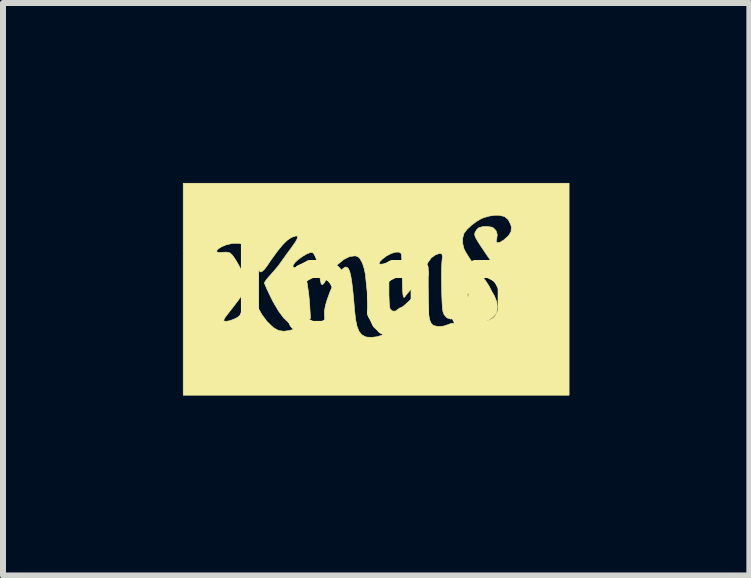
<source format=kicad_pcb>
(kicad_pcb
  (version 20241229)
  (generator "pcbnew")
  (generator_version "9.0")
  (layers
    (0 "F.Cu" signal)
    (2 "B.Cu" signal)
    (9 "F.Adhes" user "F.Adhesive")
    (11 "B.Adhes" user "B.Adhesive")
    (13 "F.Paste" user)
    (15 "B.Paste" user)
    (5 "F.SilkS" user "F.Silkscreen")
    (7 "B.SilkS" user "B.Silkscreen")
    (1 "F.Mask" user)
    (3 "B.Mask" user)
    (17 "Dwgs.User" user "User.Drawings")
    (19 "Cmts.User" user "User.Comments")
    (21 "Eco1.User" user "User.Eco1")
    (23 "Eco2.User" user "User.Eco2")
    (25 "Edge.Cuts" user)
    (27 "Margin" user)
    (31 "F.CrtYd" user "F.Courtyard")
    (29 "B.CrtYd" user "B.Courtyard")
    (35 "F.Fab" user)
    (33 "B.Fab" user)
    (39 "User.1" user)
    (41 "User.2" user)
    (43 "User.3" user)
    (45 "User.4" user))
  (footprint "logo"
    (layer "F.Cu")
    (at 3.222 1.762)
    (property "Reference" "logo" (at 0 0 0) (layer "F.SilkS") (effects (font (size 1.524 1.524) (thickness 0.3))))
    (attr through_hole)
    (fp_poly (pts (xy 3.217 1.778) (xy -3.217 1.778) (xy -3.217 -0.634) (xy -2.658 -0.634) (xy -2.655 -0.611) (xy -2.62 -0.601) (xy -2.563 -0.605) (xy -2.496 -0.608) (xy -2.442 -0.596) (xy -2.438 -0.595) (xy -2.401 -0.561) (xy -2.356 -0.5) (xy -2.307 -0.419) (xy -2.258 -0.328) (xy -2.214 -0.234) (xy -2.178 -0.147) (xy -2.155 -0.075) (xy -2.148 -0.026) (xy -2.152 -0.015) (xy -2.185 0.035) (xy -2.237 0.109) (xy -2.299 0.195) (xy -2.365 0.282) (xy -2.426 0.361) (xy -2.47 0.417) (xy -2.518 0.48) (xy -2.541 0.523) (xy -2.539 0.54) (xy -2.499 0.546) (xy -2.439 0.535) (xy -2.373 0.511) (xy -2.314 0.481) (xy -2.274 0.45) (xy -2.265 0.43) (xy -2.253 0.403) (xy -2.223 0.355) (xy -2.183 0.296) (xy -2.138 0.236) (xy -2.098 0.185) (xy -2.069 0.153) (xy -2.061 0.148) (xy -2.049 0.166) (xy -2.024 0.213) (xy -1.99 0.281) (xy -1.974 0.312) (xy -1.906 0.433) (xy -1.826 0.541) (xy -1.788 0.584) (xy -1.705 0.657) (xy -1.626 0.699) (xy -1.541 0.712) (xy -1.439 0.698) (xy -1.335 0.667) (xy -1.254 0.637) (xy -1.186 0.607) (xy -1.143 0.582) (xy -1.139 0.579) (xy -1.112 0.558) (xy -1.102 0.568) (xy -1.101 0.608) (xy -1.092 0.672) (xy -1.066 0.7) (xy -1.02 0.691) (xy -0.953 0.646) (xy -0.947 0.642) (xy -0.893 0.596) (xy -0.865 0.562) (xy -0.857 0.524) (xy -0.86 0.467) (xy -0.861 0.456) (xy -0.862 0.374) (xy -0.846 0.283) (xy -0.819 0.191) (xy -0.769 0.053) (xy -0.714 -0.074) (xy -0.658 -0.184) (xy -0.604 -0.272) (xy -0.556 -0.332) (xy -0.515 -0.359) (xy -0.509 -0.36) (xy -0.483 -0.353) (xy -0.461 -0.33) (xy -0.442 -0.287) (xy -0.425 -0.221) (xy -0.409 -0.128) (xy -0.393 -0.003) (xy -0.377 0.156) (xy -0.36 0.354) (xy -0.36 0.36) (xy -0.343 0.514) (xy -0.319 0.63) (xy -0.285 0.714) (xy -0.241 0.769) (xy -0.182 0.802) (xy -0.148 0.81) (xy -0.07 0.813) (xy 0.018 0.802) (xy 0.092 0.779) (xy 0.095 0.778) (xy 0.158 0.738) (xy 0.2 0.694) (xy 0.212 0.664) (xy 0.204 0.647) (xy 0.173 0.654) (xy 0.158 0.66) (xy 0.09 0.67) (xy 0.02 0.646) (xy -0.042 0.593) (xy -0.078 0.534) (xy -0.092 0.483) (xy -0.108 0.401) (xy -0.124 0.298) (xy -0.137 0.185) (xy -0.139 0.169) (xy -0.15 0.052) (xy -0.162 -0.062) (xy -0.172 -0.16) (xy -0.179 -0.229) (xy -0.179 -0.233) (xy -0.196 -0.321) (xy -0.224 -0.411) (xy -0.226 -0.414) (xy 0.047 -0.414) (xy 0.075 -0.406) (xy 0.114 -0.411) (xy 0.166 -0.416) (xy 0.193 -0.401) (xy 0.2 -0.387) (xy 0.205 -0.353) (xy 0.209 -0.286) (xy 0.212 -0.193) (xy 0.213 -0.083) (xy 0.213 -0.026) (xy 0.213 0.102) (xy 0.217 0.209) (xy 0.223 0.289) (xy 0.231 0.335) (xy 0.233 0.339) (xy 0.272 0.375) (xy 0.321 0.376) (xy 0.36 0.349) (xy 0.395 0.322) (xy 0.414 0.318) (xy 0.441 0.303) (xy 0.49 0.263) (xy 0.553 0.204) (xy 0.622 0.134) (xy 0.693 0.059) (xy 0.756 -0.015) (xy 0.759 -0.019) (xy 0.802 -0.067) (xy 0.835 -0.099) (xy 0.847 -0.106) (xy 0.853 -0.086) (xy 0.859 -0.032) (xy 0.863 0.05) (xy 0.865 0.15) (xy 0.865 0.173) (xy 0.869 0.326) (xy 0.878 0.441) (xy 0.893 0.524) (xy 0.917 0.579) (xy 0.948 0.611) (xy 0.953 0.614) (xy 1.028 0.633) (xy 1.122 0.626) (xy 1.193 0.603) (xy 1.254 0.58) (xy 1.29 0.576) (xy 1.315 0.595) (xy 1.34 0.633) (xy 1.391 0.687) (xy 1.473 0.726) (xy 1.566 0.747) (xy 1.609 0.755) (xy 1.627 0.759) (xy 1.651 0.756) (xy 1.7 0.744) (xy 1.723 0.737) (xy 1.819 0.695) (xy 1.927 0.622) (xy 2.036 0.527) (xy 2.14 0.416) (xy 2.189 0.352) (xy 2.231 0.277) (xy 2.248 0.194) (xy 2.239 0.101) (xy 2.202 -0.007) (xy 2.136 -0.133) (xy 2.041 -0.281) (xy 1.978 -0.371) (xy 1.916 -0.458) (xy 1.844 -0.562) (xy 1.774 -0.666) (xy 1.75 -0.701) (xy 1.695 -0.786) (xy 1.661 -0.845) (xy 1.645 -0.886) (xy 1.644 -0.917) (xy 1.65 -0.938) (xy 1.68 -0.988) (xy 1.712 -1.015) (xy 1.776 -1.033) (xy 1.856 -1.036) (xy 1.928 -1.024) (xy 1.95 -1.015) (xy 1.998 -0.968) (xy 2.019 -0.901) (xy 2.012 -0.839) (xy 2.001 -0.786) (xy 2.019 -0.763) (xy 2.061 -0.77) (xy 2.125 -0.808) (xy 2.129 -0.811) (xy 2.208 -0.882) (xy 2.249 -0.95) (xy 2.255 -1.024) (xy 2.244 -1.067) (xy 2.202 -1.151) (xy 2.14 -1.202) (xy 2.051 -1.223) (xy 1.979 -1.223) (xy 1.885 -1.209) (xy 1.791 -1.182) (xy 1.754 -1.167) (xy 1.671 -1.118) (xy 1.587 -1.055) (xy 1.515 -0.987) (xy 1.467 -0.925) (xy 1.463 -0.917) (xy 1.443 -0.842) (xy 1.443 -0.752) (xy 1.463 -0.668) (xy 1.465 -0.662) (xy 1.498 -0.599) (xy 1.553 -0.511) (xy 1.622 -0.408) (xy 1.7 -0.298) (xy 1.763 -0.215) (xy 1.817 -0.142) (xy 1.864 -0.072) (xy 1.895 -0.019) (xy 1.897 -0.014) (xy 1.93 0.051) (xy 1.97 0.119) (xy 1.973 0.125) (xy 2.012 0.223) (xy 2.019 0.303) (xy 2.015 0.371) (xy 1.998 0.418) (xy 1.958 0.463) (xy 1.941 0.479) (xy 1.88 0.527) (xy 1.822 0.547) (xy 1.779 0.55) (xy 1.687 0.54) (xy 1.603 0.513) (xy 1.536 0.474) (xy 1.501 0.43) (xy 1.484 0.347) (xy 1.487 0.256) (xy 1.509 0.178) (xy 1.513 0.169) (xy 1.541 0.111) (xy 1.541 0.083) (xy 1.514 0.086) (xy 1.479 0.108) (xy 1.407 0.175) (xy 1.346 0.262) (xy 1.305 0.353) (xy 1.291 0.427) (xy 1.288 0.48) (xy 1.273 0.503) (xy 1.242 0.508) (xy 1.181 0.488) (xy 1.134 0.436) (xy 1.113 0.381) (xy 1.106 0.328) (xy 1.1 0.242) (xy 1.095 0.132) (xy 1.092 0.01) (xy 1.09 -0.117) (xy 1.089 -0.238) (xy 1.091 -0.344) (xy 1.095 -0.426) (xy 1.098 -0.463) (xy 1.106 -0.539) (xy 1.094 -0.58) (xy 1.06 -0.588) (xy 0.999 -0.566) (xy 0.985 -0.56) (xy 0.918 -0.512) (xy 0.862 -0.433) (xy 0.855 -0.419) (xy 0.803 -0.324) (xy 0.741 -0.22) (xy 0.675 -0.118) (xy 0.613 -0.031) (xy 0.563 0.031) (xy 0.562 0.033) (xy 0.52 0.081) (xy 0.49 0.121) (xy 0.487 0.126) (xy 0.47 0.147) (xy 0.457 0.141) (xy 0.448 0.105) (xy 0.441 0.035) (xy 0.437 -0.071) (xy 0.435 -0.217) (xy 0.435 -0.217) (xy 0.433 -0.335) (xy 0.43 -0.439) (xy 0.425 -0.521) (xy 0.42 -0.573) (xy 0.416 -0.587) (xy 0.38 -0.609) (xy 0.32 -0.607) (xy 0.247 -0.584) (xy 0.169 -0.542) (xy 0.101 -0.49) (xy 0.055 -0.442) (xy 0.047 -0.414) (xy -0.226 -0.414) (xy -0.239 -0.445) (xy -0.273 -0.504) (xy -0.306 -0.534) (xy -0.35 -0.546) (xy -0.353 -0.546) (xy -0.442 -0.535) (xy -0.538 -0.487) (xy -0.636 -0.407) (xy -0.733 -0.3) (xy -0.821 -0.168) (xy -0.831 -0.152) (xy -0.869 -0.091) (xy -0.896 -0.065) (xy -0.915 -0.076) (xy -0.929 -0.126) (xy -0.941 -0.217) (xy -0.941 -0.221) (xy -0.958 -0.333) (xy -0.981 -0.436) (xy -1.009 -0.522) (xy -1.039 -0.581) (xy -1.064 -0.605) (xy -1.104 -0.6) (xy -1.165 -0.574) (xy -1.235 -0.532) (xy -1.304 -0.481) (xy -1.355 -0.434) (xy -1.386 -0.387) (xy -1.384 -0.355) (xy -1.355 -0.347) (xy -1.309 -0.368) (xy -1.262 -0.387) (xy -1.232 -0.384) (xy -1.214 -0.354) (xy -1.193 -0.29) (xy -1.172 -0.199) (xy -1.151 -0.09) (xy -1.133 0.029) (xy -1.118 0.151) (xy -1.108 0.268) (xy -1.108 0.275) (xy -1.095 0.497) (xy -1.21 0.559) (xy -1.291 0.597) (xy -1.351 0.61) (xy -1.382 0.606) (xy -1.46 0.567) (xy -1.543 0.488) (xy -1.629 0.372) (xy -1.718 0.22) (xy -1.743 0.171) (xy -1.788 0.078) (xy -1.826 -0.003) (xy -1.852 -0.063) (xy -1.863 -0.094) (xy -1.863 -0.096) (xy -1.849 -0.122) (xy -1.813 -0.17) (xy -1.762 -0.228) (xy -1.756 -0.235) (xy -1.693 -0.306) (xy -1.632 -0.379) (xy -1.592 -0.434) (xy -1.553 -0.489) (xy -1.498 -0.566) (xy -1.436 -0.65) (xy -1.41 -0.685) (xy -1.347 -0.775) (xy -1.313 -0.837) (xy -1.309 -0.871) (xy -1.335 -0.879) (xy -1.392 -0.861) (xy -1.421 -0.848) (xy -1.484 -0.805) (xy -1.559 -0.731) (xy -1.647 -0.623) (xy -1.751 -0.48) (xy -1.821 -0.376) (xy -1.864 -0.32) (xy -1.904 -0.285) (xy -1.933 -0.277) (xy -1.937 -0.28) (xy -1.948 -0.3) (xy -1.974 -0.35) (xy -2.011 -0.42) (xy -2.04 -0.476) (xy -2.084 -0.562) (xy -2.125 -0.636) (xy -2.156 -0.689) (xy -2.168 -0.706) (xy -2.219 -0.74) (xy -2.297 -0.756) (xy -2.392 -0.754) (xy -2.492 -0.732) (xy -2.496 -0.731) (xy -2.576 -0.698) (xy -2.631 -0.664) (xy -2.658 -0.634) (xy -3.217 -0.634) (xy -3.217 -1.757) (xy 3.217 -1.757) (xy 3.217 1.778)) (stroke (width 0.01) (type solid)) (fill yes) (layer "F.SilkS")))
  (gr_rect
    (start -3 -3)
    (end 9.445 6.545)
    (stroke (width 0.1) (type default))
    (fill no)
    (layer "Edge.Cuts")))
</source>
